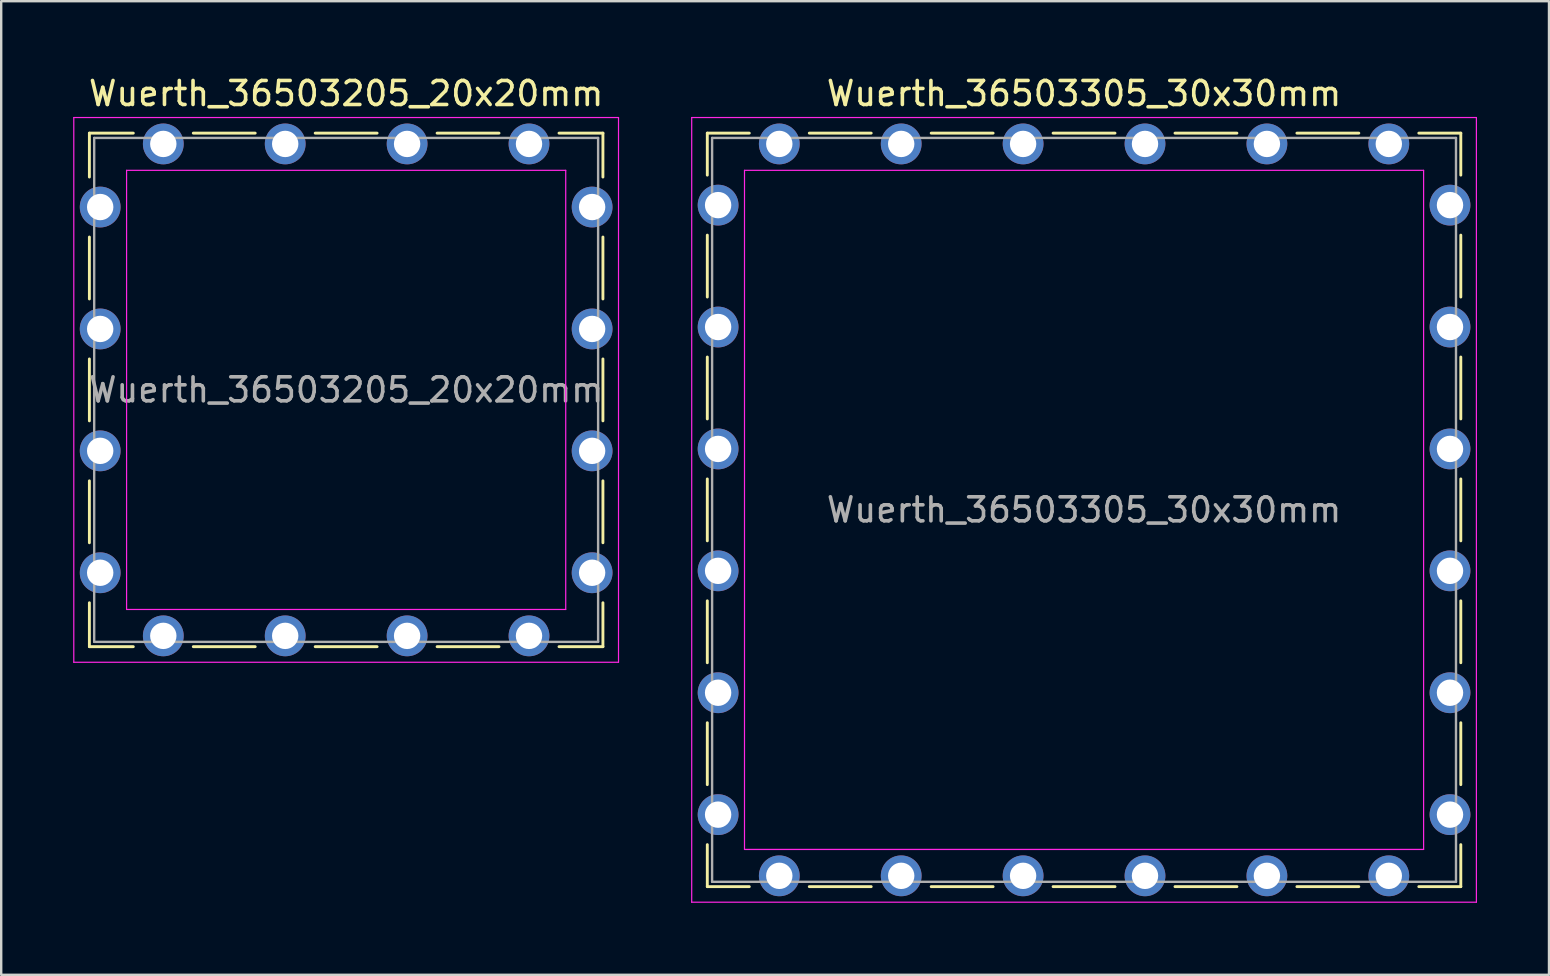
<source format=kicad_pcb>
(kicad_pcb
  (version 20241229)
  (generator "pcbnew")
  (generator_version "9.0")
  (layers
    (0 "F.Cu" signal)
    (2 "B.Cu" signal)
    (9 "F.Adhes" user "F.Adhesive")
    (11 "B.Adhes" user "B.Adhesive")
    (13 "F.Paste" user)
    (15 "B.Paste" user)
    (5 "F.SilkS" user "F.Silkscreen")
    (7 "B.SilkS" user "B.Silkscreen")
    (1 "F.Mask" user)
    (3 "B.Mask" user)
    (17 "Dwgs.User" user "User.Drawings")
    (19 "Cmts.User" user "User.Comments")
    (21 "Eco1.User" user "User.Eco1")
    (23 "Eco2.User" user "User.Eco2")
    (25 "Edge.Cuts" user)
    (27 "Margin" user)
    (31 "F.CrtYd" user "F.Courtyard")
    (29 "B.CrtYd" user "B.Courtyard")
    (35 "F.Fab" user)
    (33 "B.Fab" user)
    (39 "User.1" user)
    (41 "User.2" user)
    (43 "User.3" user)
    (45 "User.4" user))
  (footprint "Wuerth_36503205_20x20mm"
    (layer "F.Cu")
    (at 11.375 13.198)
    (property "Reference" "Wuerth_36503205_20x20mm" (at 0 -12.35 0) (layer "F.SilkS") (effects (font (size 1 1) (thickness 0.15))))
    (attr through_hole)
    (fp_line (start -10.7 -10.7) (end -8.87 -10.7) (stroke (width 0.12) (type solid)) (layer "F.SilkS"))
    (fp_line (start -10.7 -8.87) (end -10.7 -10.7) (stroke (width 0.12) (type solid)) (layer "F.SilkS"))
    (fp_line (start -10.7 -3.79) (end -10.7 -6.37) (stroke (width 0.12) (type solid)) (layer "F.SilkS"))
    (fp_line (start -10.7 -1.29) (end -10.7 1.29) (stroke (width 0.12) (type solid)) (layer "F.SilkS"))
    (fp_line (start -10.7 3.79) (end -10.7 6.37) (stroke (width 0.12) (type solid)) (layer "F.SilkS"))
    (fp_line (start -10.7 8.87) (end -10.7 10.7) (stroke (width 0.12) (type solid)) (layer "F.SilkS"))
    (fp_line (start -10.7 10.7) (end -8.87 10.7) (stroke (width 0.12) (type solid)) (layer "F.SilkS"))
    (fp_line (start -3.79 -10.7) (end -6.37 -10.7) (stroke (width 0.12) (type solid)) (layer "F.SilkS"))
    (fp_line (start -3.79 10.7) (end -6.37 10.7) (stroke (width 0.12) (type solid)) (layer "F.SilkS"))
    (fp_line (start 1.29 -10.7) (end -1.29 -10.7) (stroke (width 0.12) (type solid)) (layer "F.SilkS"))
    (fp_line (start 1.29 10.7) (end -1.29 10.7) (stroke (width 0.12) (type solid)) (layer "F.SilkS"))
    (fp_line (start 3.79 -10.7) (end 6.37 -10.7) (stroke (width 0.12) (type solid)) (layer "F.SilkS"))
    (fp_line (start 3.79 10.7) (end 6.37 10.7) (stroke (width 0.12) (type solid)) (layer "F.SilkS"))
    (fp_line (start 10.7 -10.7) (end 8.87 -10.7) (stroke (width 0.12) (type solid)) (layer "F.SilkS"))
    (fp_line (start 10.7 -8.87) (end 10.7 -10.7) (stroke (width 0.12) (type solid)) (layer "F.SilkS"))
    (fp_line (start 10.7 -3.79) (end 10.7 -6.37) (stroke (width 0.12) (type solid)) (layer "F.SilkS"))
    (fp_line (start 10.7 1.29) (end 10.7 -1.29) (stroke (width 0.12) (type solid)) (layer "F.SilkS"))
    (fp_line (start 10.7 3.79) (end 10.7 6.37) (stroke (width 0.12) (type solid)) (layer "F.SilkS"))
    (fp_line (start 10.7 8.87) (end 10.7 10.7) (stroke (width 0.12) (type solid)) (layer "F.SilkS"))
    (fp_line (start 10.7 10.7) (end 8.87 10.7) (stroke (width 0.12) (type solid)) (layer "F.SilkS"))
    (fp_line (start -11.35 -11.35) (end -11.35 11.35) (stroke (width 0.05) (type solid)) (layer "F.CrtYd"))
    (fp_line (start -11.35 11.35) (end 11.35 11.35) (stroke (width 0.05) (type solid)) (layer "F.CrtYd"))
    (fp_line (start -9.15 -9.15) (end -9.15 9.15) (stroke (width 0.05) (type solid)) (layer "F.CrtYd"))
    (fp_line (start -9.15 9.15) (end 9.15 9.15) (stroke (width 0.05) (type solid)) (layer "F.CrtYd"))
    (fp_line (start 9.15 -9.15) (end -9.15 -9.15) (stroke (width 0.05) (type solid)) (layer "F.CrtYd"))
    (fp_line (start 9.15 9.15) (end 9.15 -9.15) (stroke (width 0.05) (type solid)) (layer "F.CrtYd"))
    (fp_line (start 11.35 -11.35) (end -11.35 -11.35) (stroke (width 0.05) (type solid)) (layer "F.CrtYd"))
    (fp_line (start 11.35 11.35) (end 11.35 -11.35) (stroke (width 0.05) (type solid)) (layer "F.CrtYd"))
    (fp_line (start -10.5 -10.5) (end -10.5 10.5) (stroke (width 0.1) (type solid)) (layer "F.Fab"))
    (fp_line (start -10.5 10.5) (end 10.5 10.5) (stroke (width 0.1) (type solid)) (layer "F.Fab"))
    (fp_line (start 10.5 -10.5) (end -10.5 -10.5) (stroke (width 0.1) (type solid)) (layer "F.Fab"))
    (fp_line (start 10.5 10.5) (end 10.5 -10.5) (stroke (width 0.1) (type solid)) (layer "F.Fab"))
    (fp_text user "${REFERENCE}" (at 0 0 0) (layer "F.Fab") (effects (font (size 1 1) (thickness 0.15))))
    (pad "1" thru_hole circle (at -10.25 -7.62) (size 1.7 1.7) (drill 1.1) (layers "*.Cu" "*.Mask"))
    (pad "1" thru_hole circle (at -10.25 -2.54) (size 1.7 1.7) (drill 1.1) (layers "*.Cu" "*.Mask"))
    (pad "1" thru_hole circle (at -10.25 2.54) (size 1.7 1.7) (drill 1.1) (layers "*.Cu" "*.Mask"))
    (pad "1" thru_hole circle (at -10.25 7.62) (size 1.7 1.7) (drill 1.1) (layers "*.Cu" "*.Mask"))
    (pad "1" thru_hole circle (at -7.62 -10.25) (size 1.7 1.7) (drill 1.1) (layers "*.Cu" "*.Mask"))
    (pad "1" thru_hole circle (at -7.62 10.25) (size 1.7 1.7) (drill 1.1) (layers "*.Cu" "*.Mask"))
    (pad "1" thru_hole circle (at -2.54 -10.25) (size 1.7 1.7) (drill 1.1) (layers "*.Cu" "*.Mask"))
    (pad "1" thru_hole circle (at -2.54 10.25) (size 1.7 1.7) (drill 1.1) (layers "*.Cu" "*.Mask"))
    (pad "1" thru_hole circle (at 2.54 -10.25) (size 1.7 1.7) (drill 1.1) (layers "*.Cu" "*.Mask"))
    (pad "1" thru_hole circle (at 2.54 10.25) (size 1.7 1.7) (drill 1.1) (layers "*.Cu" "*.Mask"))
    (pad "1" thru_hole circle (at 7.62 -10.25) (size 1.7 1.7) (drill 1.1) (layers "*.Cu" "*.Mask"))
    (pad "1" thru_hole circle (at 7.62 10.25) (size 1.7 1.7) (drill 1.1) (layers "*.Cu" "*.Mask"))
    (pad "1" thru_hole circle (at 10.25 -7.62) (size 1.7 1.7) (drill 1.1) (layers "*.Cu" "*.Mask"))
    (pad "1" thru_hole circle (at 10.25 -2.54) (size 1.7 1.7) (drill 1.1) (layers "*.Cu" "*.Mask"))
    (pad "1" thru_hole circle (at 10.25 2.54) (size 1.7 1.7) (drill 1.1) (layers "*.Cu" "*.Mask"))
    (pad "1" thru_hole circle (at 10.25 7.62) (size 1.7 1.7) (drill 1.1) (layers "*.Cu" "*.Mask")))
  (footprint "Wuerth_36503305_30x30mm"
    (layer "F.Cu")
    (at 42.125 18.198)
    (property "Reference" "Wuerth_36503305_30x30mm" (at 0 -17.35 0) (layer "F.SilkS") (effects (font (size 1 1) (thickness 0.15))))
    (attr through_hole)
    (fp_line (start -15.7 -15.7) (end -13.95 -15.7) (stroke (width 0.12) (type solid)) (layer "F.SilkS"))
    (fp_line (start -15.7 -13.95) (end -15.7 -15.7) (stroke (width 0.12) (type solid)) (layer "F.SilkS"))
    (fp_line (start -15.7 -8.87) (end -15.7 -11.45) (stroke (width 0.12) (type solid)) (layer "F.SilkS"))
    (fp_line (start -15.7 -3.79) (end -15.7 -6.37) (stroke (width 0.12) (type solid)) (layer "F.SilkS"))
    (fp_line (start -15.7 -1.29) (end -15.7 1.29) (stroke (width 0.12) (type solid)) (layer "F.SilkS"))
    (fp_line (start -15.7 3.79) (end -15.7 6.37) (stroke (width 0.12) (type solid)) (layer "F.SilkS"))
    (fp_line (start -15.7 8.87) (end -15.7 11.45) (stroke (width 0.12) (type solid)) (layer "F.SilkS"))
    (fp_line (start -15.7 13.95) (end -15.7 15.7) (stroke (width 0.12) (type solid)) (layer "F.SilkS"))
    (fp_line (start -15.7 15.7) (end -13.95 15.7) (stroke (width 0.12) (type solid)) (layer "F.SilkS"))
    (fp_line (start -8.87 -15.7) (end -11.45 -15.7) (stroke (width 0.12) (type solid)) (layer "F.SilkS"))
    (fp_line (start -8.87 15.7) (end -11.45 15.7) (stroke (width 0.12) (type solid)) (layer "F.SilkS"))
    (fp_line (start -3.79 -15.7) (end -6.37 -15.7) (stroke (width 0.12) (type solid)) (layer "F.SilkS"))
    (fp_line (start -3.79 15.7) (end -6.37 15.7) (stroke (width 0.12) (type solid)) (layer "F.SilkS"))
    (fp_line (start 1.29 -15.7) (end -1.29 -15.7) (stroke (width 0.12) (type solid)) (layer "F.SilkS"))
    (fp_line (start 1.29 15.7) (end -1.29 15.7) (stroke (width 0.12) (type solid)) (layer "F.SilkS"))
    (fp_line (start 3.79 -15.7) (end 6.37 -15.7) (stroke (width 0.12) (type solid)) (layer "F.SilkS"))
    (fp_line (start 3.79 15.7) (end 6.37 15.7) (stroke (width 0.12) (type solid)) (layer "F.SilkS"))
    (fp_line (start 8.87 -15.7) (end 11.45 -15.7) (stroke (width 0.12) (type solid)) (layer "F.SilkS"))
    (fp_line (start 8.87 15.7) (end 11.45 15.7) (stroke (width 0.12) (type solid)) (layer "F.SilkS"))
    (fp_line (start 15.7 -15.7) (end 13.95 -15.7) (stroke (width 0.12) (type solid)) (layer "F.SilkS"))
    (fp_line (start 15.7 -13.95) (end 15.7 -15.7) (stroke (width 0.12) (type solid)) (layer "F.SilkS"))
    (fp_line (start 15.7 -8.87) (end 15.7 -11.45) (stroke (width 0.12) (type solid)) (layer "F.SilkS"))
    (fp_line (start 15.7 -3.79) (end 15.7 -6.37) (stroke (width 0.12) (type solid)) (layer "F.SilkS"))
    (fp_line (start 15.7 1.29) (end 15.7 -1.29) (stroke (width 0.12) (type solid)) (layer "F.SilkS"))
    (fp_line (start 15.7 3.79) (end 15.7 6.37) (stroke (width 0.12) (type solid)) (layer "F.SilkS"))
    (fp_line (start 15.7 8.87) (end 15.7 11.45) (stroke (width 0.12) (type solid)) (layer "F.SilkS"))
    (fp_line (start 15.7 13.95) (end 15.7 15.7) (stroke (width 0.12) (type solid)) (layer "F.SilkS"))
    (fp_line (start 15.7 15.7) (end 13.95 15.7) (stroke (width 0.12) (type solid)) (layer "F.SilkS"))
    (fp_line (start -16.35 -16.35) (end -16.35 16.35) (stroke (width 0.05) (type solid)) (layer "F.CrtYd"))
    (fp_line (start -16.35 16.35) (end 16.35 16.35) (stroke (width 0.05) (type solid)) (layer "F.CrtYd"))
    (fp_line (start -14.15 -14.15) (end -14.15 14.15) (stroke (width 0.05) (type solid)) (layer "F.CrtYd"))
    (fp_line (start -14.15 14.15) (end 14.15 14.15) (stroke (width 0.05) (type solid)) (layer "F.CrtYd"))
    (fp_line (start 14.15 -14.15) (end -14.15 -14.15) (stroke (width 0.05) (type solid)) (layer "F.CrtYd"))
    (fp_line (start 14.15 14.15) (end 14.15 -14.15) (stroke (width 0.05) (type solid)) (layer "F.CrtYd"))
    (fp_line (start 16.35 -16.35) (end -16.35 -16.35) (stroke (width 0.05) (type solid)) (layer "F.CrtYd"))
    (fp_line (start 16.35 16.35) (end 16.35 -16.35) (stroke (width 0.05) (type solid)) (layer "F.CrtYd"))
    (fp_line (start -15.5 -15.5) (end -15.5 15.5) (stroke (width 0.1) (type solid)) (layer "F.Fab"))
    (fp_line (start -15.5 15.5) (end 15.5 15.5) (stroke (width 0.1) (type solid)) (layer "F.Fab"))
    (fp_line (start 15.5 -15.5) (end -15.5 -15.5) (stroke (width 0.1) (type solid)) (layer "F.Fab"))
    (fp_line (start 15.5 15.5) (end 15.5 -15.5) (stroke (width 0.1) (type solid)) (layer "F.Fab"))
    (fp_text user "${REFERENCE}" (at 0 0 0) (layer "F.Fab") (effects (font (size 1 1) (thickness 0.15))))
    (pad "1" thru_hole circle (at -15.25 -12.7) (size 1.7 1.7) (drill 1.1) (layers "*.Cu" "*.Mask"))
    (pad "1" thru_hole circle (at -15.25 -7.62) (size 1.7 1.7) (drill 1.1) (layers "*.Cu" "*.Mask"))
    (pad "1" thru_hole circle (at -15.25 -2.54) (size 1.7 1.7) (drill 1.1) (layers "*.Cu" "*.Mask"))
    (pad "1" thru_hole circle (at -15.25 2.54) (size 1.7 1.7) (drill 1.1) (layers "*.Cu" "*.Mask"))
    (pad "1" thru_hole circle (at -15.25 7.62) (size 1.7 1.7) (drill 1.1) (layers "*.Cu" "*.Mask"))
    (pad "1" thru_hole circle (at -15.25 12.7) (size 1.7 1.7) (drill 1.1) (layers "*.Cu" "*.Mask"))
    (pad "1" thru_hole circle (at -12.7 -15.25) (size 1.7 1.7) (drill 1.1) (layers "*.Cu" "*.Mask"))
    (pad "1" thru_hole circle (at -12.7 15.25) (size 1.7 1.7) (drill 1.1) (layers "*.Cu" "*.Mask"))
    (pad "1" thru_hole circle (at -7.62 -15.25) (size 1.7 1.7) (drill 1.1) (layers "*.Cu" "*.Mask"))
    (pad "1" thru_hole circle (at -7.62 15.25) (size 1.7 1.7) (drill 1.1) (layers "*.Cu" "*.Mask"))
    (pad "1" thru_hole circle (at -2.54 -15.25) (size 1.7 1.7) (drill 1.1) (layers "*.Cu" "*.Mask"))
    (pad "1" thru_hole circle (at -2.54 15.25) (size 1.7 1.7) (drill 1.1) (layers "*.Cu" "*.Mask"))
    (pad "1" thru_hole circle (at 2.54 -15.25) (size 1.7 1.7) (drill 1.1) (layers "*.Cu" "*.Mask"))
    (pad "1" thru_hole circle (at 2.54 15.25) (size 1.7 1.7) (drill 1.1) (layers "*.Cu" "*.Mask"))
    (pad "1" thru_hole circle (at 7.62 -15.25) (size 1.7 1.7) (drill 1.1) (layers "*.Cu" "*.Mask"))
    (pad "1" thru_hole circle (at 7.62 15.25) (size 1.7 1.7) (drill 1.1) (layers "*.Cu" "*.Mask"))
    (pad "1" thru_hole circle (at 12.7 -15.25) (size 1.7 1.7) (drill 1.1) (layers "*.Cu" "*.Mask"))
    (pad "1" thru_hole circle (at 12.7 15.25) (size 1.7 1.7) (drill 1.1) (layers "*.Cu" "*.Mask"))
    (pad "1" thru_hole circle (at 15.25 -12.7) (size 1.7 1.7) (drill 1.1) (layers "*.Cu" "*.Mask"))
    (pad "1" thru_hole circle (at 15.25 -7.62) (size 1.7 1.7) (drill 1.1) (layers "*.Cu" "*.Mask"))
    (pad "1" thru_hole circle (at 15.25 -2.54) (size 1.7 1.7) (drill 1.1) (layers "*.Cu" "*.Mask"))
    (pad "1" thru_hole circle (at 15.25 2.54) (size 1.7 1.7) (drill 1.1) (layers "*.Cu" "*.Mask"))
    (pad "1" thru_hole circle (at 15.25 7.62) (size 1.7 1.7) (drill 1.1) (layers "*.Cu" "*.Mask"))
    (pad "1" thru_hole circle (at 15.25 12.7) (size 1.7 1.7) (drill 1.1) (layers "*.Cu" "*.Mask")))
  (gr_rect
    (start -3 -3)
    (end 61.5 37.573)
    (stroke (width 0.1) (type default))
    (fill no)
    (layer "Edge.Cuts")))
</source>
